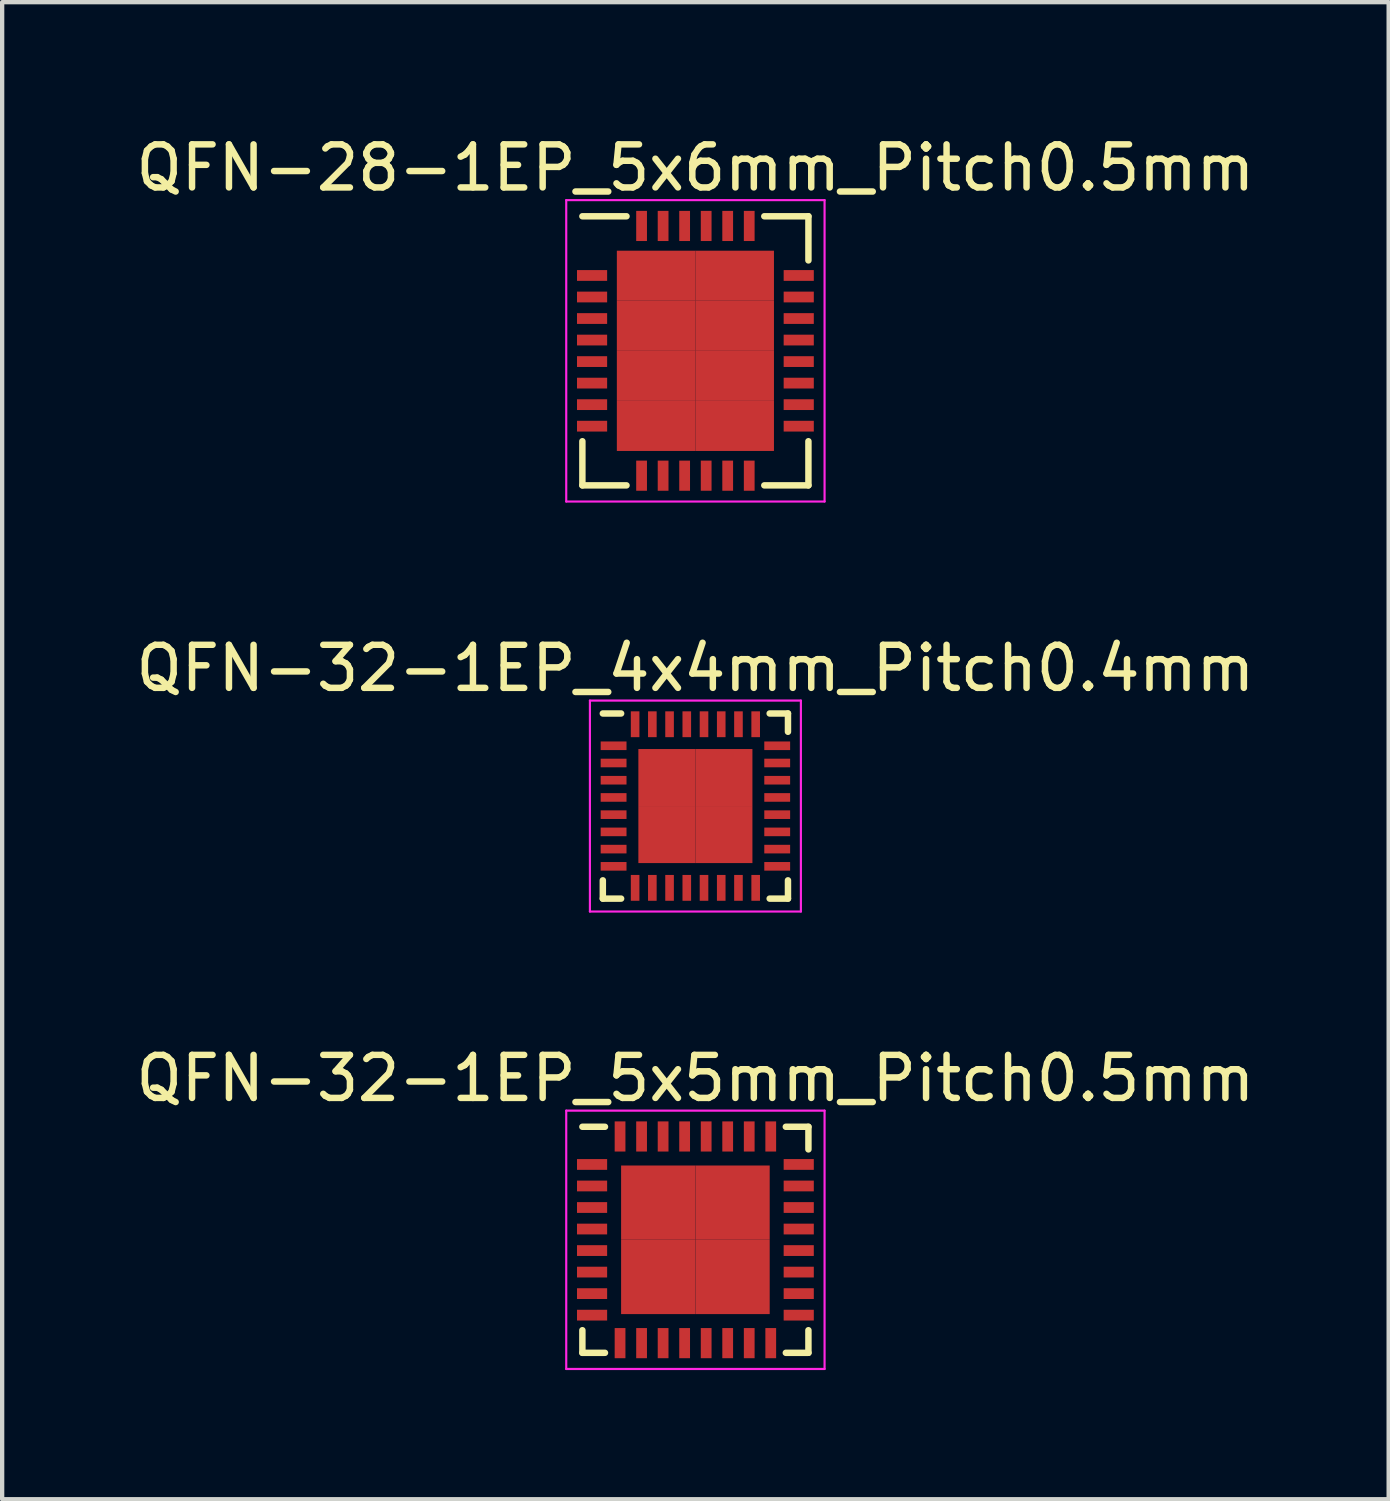
<source format=kicad_pcb>
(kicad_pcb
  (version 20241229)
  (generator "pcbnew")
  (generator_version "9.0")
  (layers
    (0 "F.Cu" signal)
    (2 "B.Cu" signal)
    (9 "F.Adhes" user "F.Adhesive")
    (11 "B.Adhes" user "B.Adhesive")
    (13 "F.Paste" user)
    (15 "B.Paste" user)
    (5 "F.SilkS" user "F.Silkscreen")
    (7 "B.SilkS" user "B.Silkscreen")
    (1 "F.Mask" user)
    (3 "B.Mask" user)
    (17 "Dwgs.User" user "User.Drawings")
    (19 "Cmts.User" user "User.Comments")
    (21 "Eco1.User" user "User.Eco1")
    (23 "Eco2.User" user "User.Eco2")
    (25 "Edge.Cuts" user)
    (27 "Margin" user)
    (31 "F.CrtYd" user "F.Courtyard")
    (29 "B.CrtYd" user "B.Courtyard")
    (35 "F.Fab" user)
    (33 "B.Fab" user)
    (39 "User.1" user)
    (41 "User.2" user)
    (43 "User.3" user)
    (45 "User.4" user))
  (footprint "QFN-32-1EP_4x4mm_Pitch0.4mm"
    (layer "F.Cu")
    (at 13.101 15.671)
    (property "Reference" "QFN-32-1EP_4x4mm_Pitch0.4mm" (at 0 -3.2 0) (layer "F.SilkS") (effects (font (size 1 1) (thickness 0.15))))
    (attr smd)
    (fp_line (start -2.15 -2.15) (end -1.725 -2.15) (stroke (width 0.15) (type solid)) (layer "F.SilkS"))
    (fp_line (start -2.15 2.15) (end -2.15 1.725) (stroke (width 0.15) (type solid)) (layer "F.SilkS"))
    (fp_line (start -2.15 2.15) (end -1.725 2.15) (stroke (width 0.15) (type solid)) (layer "F.SilkS"))
    (fp_line (start 2.15 -2.15) (end 1.725 -2.15) (stroke (width 0.15) (type solid)) (layer "F.SilkS"))
    (fp_line (start 2.15 -2.15) (end 2.15 -1.725) (stroke (width 0.15) (type solid)) (layer "F.SilkS"))
    (fp_line (start 2.15 2.15) (end 1.725 2.15) (stroke (width 0.15) (type solid)) (layer "F.SilkS"))
    (fp_line (start 2.15 2.15) (end 2.15 1.725) (stroke (width 0.15) (type solid)) (layer "F.SilkS"))
    (fp_line (start -2.45 -2.45) (end -2.45 2.45) (stroke (width 0.05) (type solid)) (layer "F.CrtYd"))
    (fp_line (start -2.45 -2.45) (end 2.45 -2.45) (stroke (width 0.05) (type solid)) (layer "F.CrtYd"))
    (fp_line (start -2.45 2.45) (end 2.45 2.45) (stroke (width 0.05) (type solid)) (layer "F.CrtYd"))
    (fp_line (start 2.45 -2.45) (end 2.45 2.45) (stroke (width 0.05) (type solid)) (layer "F.CrtYd"))
    (pad "1" smd rect (at -1.9 -1.4) (size 0.6 0.2) (layers "F.Cu" "F.Mask" "F.Paste"))
    (pad "2" smd rect (at -1.9 -1) (size 0.6 0.2) (layers "F.Cu" "F.Mask" "F.Paste"))
    (pad "3" smd rect (at -1.9 -0.6) (size 0.6 0.2) (layers "F.Cu" "F.Mask" "F.Paste"))
    (pad "4" smd rect (at -1.9 -0.2) (size 0.6 0.2) (layers "F.Cu" "F.Mask" "F.Paste"))
    (pad "5" smd rect (at -1.9 0.2) (size 0.6 0.2) (layers "F.Cu" "F.Mask" "F.Paste"))
    (pad "6" smd rect (at -1.9 0.6) (size 0.6 0.2) (layers "F.Cu" "F.Mask" "F.Paste"))
    (pad "7" smd rect (at -1.9 1) (size 0.6 0.2) (layers "F.Cu" "F.Mask" "F.Paste"))
    (pad "8" smd rect (at -1.9 1.4) (size 0.6 0.2) (layers "F.Cu" "F.Mask" "F.Paste"))
    (pad "9" smd rect (at -1.4 1.9 90) (size 0.6 0.2) (layers "F.Cu" "F.Mask" "F.Paste"))
    (pad "10" smd rect (at -1 1.9 90) (size 0.6 0.2) (layers "F.Cu" "F.Mask" "F.Paste"))
    (pad "11" smd rect (at -0.6 1.9 90) (size 0.6 0.2) (layers "F.Cu" "F.Mask" "F.Paste"))
    (pad "12" smd rect (at -0.2 1.9 90) (size 0.6 0.2) (layers "F.Cu" "F.Mask" "F.Paste"))
    (pad "13" smd rect (at 0.2 1.9 90) (size 0.6 0.2) (layers "F.Cu" "F.Mask" "F.Paste"))
    (pad "14" smd rect (at 0.6 1.9 90) (size 0.6 0.2) (layers "F.Cu" "F.Mask" "F.Paste"))
    (pad "15" smd rect (at 1 1.9 90) (size 0.6 0.2) (layers "F.Cu" "F.Mask" "F.Paste"))
    (pad "16" smd rect (at 1.4 1.9 90) (size 0.6 0.2) (layers "F.Cu" "F.Mask" "F.Paste"))
    (pad "17" smd rect (at 1.9 1.4) (size 0.6 0.2) (layers "F.Cu" "F.Mask" "F.Paste"))
    (pad "18" smd rect (at 1.9 1) (size 0.6 0.2) (layers "F.Cu" "F.Mask" "F.Paste"))
    (pad "19" smd rect (at 1.9 0.6) (size 0.6 0.2) (layers "F.Cu" "F.Mask" "F.Paste"))
    (pad "20" smd rect (at 1.9 0.2) (size 0.6 0.2) (layers "F.Cu" "F.Mask" "F.Paste"))
    (pad "21" smd rect (at 1.9 -0.2) (size 0.6 0.2) (layers "F.Cu" "F.Mask" "F.Paste"))
    (pad "22" smd rect (at 1.9 -0.6) (size 0.6 0.2) (layers "F.Cu" "F.Mask" "F.Paste"))
    (pad "23" smd rect (at 1.9 -1) (size 0.6 0.2) (layers "F.Cu" "F.Mask" "F.Paste"))
    (pad "24" smd rect (at 1.9 -1.4) (size 0.6 0.2) (layers "F.Cu" "F.Mask" "F.Paste"))
    (pad "25" smd rect (at 1.4 -1.9 90) (size 0.6 0.2) (layers "F.Cu" "F.Mask" "F.Paste"))
    (pad "26" smd rect (at 1 -1.9 90) (size 0.6 0.2) (layers "F.Cu" "F.Mask" "F.Paste"))
    (pad "27" smd rect (at 0.6 -1.9 90) (size 0.6 0.2) (layers "F.Cu" "F.Mask" "F.Paste"))
    (pad "28" smd rect (at 0.2 -1.9 90) (size 0.6 0.2) (layers "F.Cu" "F.Mask" "F.Paste"))
    (pad "29" smd rect (at -0.2 -1.9 90) (size 0.6 0.2) (layers "F.Cu" "F.Mask" "F.Paste"))
    (pad "30" smd rect (at -0.6 -1.9 90) (size 0.6 0.2) (layers "F.Cu" "F.Mask" "F.Paste"))
    (pad "31" smd rect (at -1 -1.9 90) (size 0.6 0.2) (layers "F.Cu" "F.Mask" "F.Paste"))
    (pad "32" smd rect (at -1.4 -1.9 90) (size 0.6 0.2) (layers "F.Cu" "F.Mask" "F.Paste"))
    (pad "33" smd rect (at -0.662 -0.662) (size 1.325 1.325) (layers "F.Cu" "F.Mask" "F.Paste"))
    (pad "33" smd rect (at -0.662 0.662) (size 1.325 1.325) (layers "F.Cu" "F.Mask" "F.Paste"))
    (pad "33" smd rect (at 0.662 -0.662) (size 1.325 1.325) (layers "F.Cu" "F.Mask" "F.Paste"))
    (pad "33" smd rect (at 0.662 0.662) (size 1.325 1.325) (layers "F.Cu" "F.Mask" "F.Paste")))
  (footprint "QFN-32-1EP_5x5mm_Pitch0.5mm"
    (layer "F.Cu")
    (at 13.101 25.745)
    (property "Reference" "QFN-32-1EP_5x5mm_Pitch0.5mm" (at 0 -3.75 0) (layer "F.SilkS") (effects (font (size 1 1) (thickness 0.15))))
    (attr smd)
    (fp_line (start -2.625 -2.625) (end -2.1 -2.625) (stroke (width 0.15) (type solid)) (layer "F.SilkS"))
    (fp_line (start -2.625 2.625) (end -2.625 2.1) (stroke (width 0.15) (type solid)) (layer "F.SilkS"))
    (fp_line (start -2.625 2.625) (end -2.1 2.625) (stroke (width 0.15) (type solid)) (layer "F.SilkS"))
    (fp_line (start 2.625 -2.625) (end 2.1 -2.625) (stroke (width 0.15) (type solid)) (layer "F.SilkS"))
    (fp_line (start 2.625 -2.625) (end 2.625 -2.1) (stroke (width 0.15) (type solid)) (layer "F.SilkS"))
    (fp_line (start 2.625 2.625) (end 2.1 2.625) (stroke (width 0.15) (type solid)) (layer "F.SilkS"))
    (fp_line (start 2.625 2.625) (end 2.625 2.1) (stroke (width 0.15) (type solid)) (layer "F.SilkS"))
    (fp_line (start -3 -3) (end -3 3) (stroke (width 0.05) (type solid)) (layer "F.CrtYd"))
    (fp_line (start -3 -3) (end 3 -3) (stroke (width 0.05) (type solid)) (layer "F.CrtYd"))
    (fp_line (start -3 3) (end 3 3) (stroke (width 0.05) (type solid)) (layer "F.CrtYd"))
    (fp_line (start 3 -3) (end 3 3) (stroke (width 0.05) (type solid)) (layer "F.CrtYd"))
    (pad "1" smd rect (at -2.4 -1.75) (size 0.7 0.25) (layers "F.Cu" "F.Mask" "F.Paste"))
    (pad "2" smd rect (at -2.4 -1.25) (size 0.7 0.25) (layers "F.Cu" "F.Mask" "F.Paste"))
    (pad "3" smd rect (at -2.4 -0.75) (size 0.7 0.25) (layers "F.Cu" "F.Mask" "F.Paste"))
    (pad "4" smd rect (at -2.4 -0.25) (size 0.7 0.25) (layers "F.Cu" "F.Mask" "F.Paste"))
    (pad "5" smd rect (at -2.4 0.25) (size 0.7 0.25) (layers "F.Cu" "F.Mask" "F.Paste"))
    (pad "6" smd rect (at -2.4 0.75) (size 0.7 0.25) (layers "F.Cu" "F.Mask" "F.Paste"))
    (pad "7" smd rect (at -2.4 1.25) (size 0.7 0.25) (layers "F.Cu" "F.Mask" "F.Paste"))
    (pad "8" smd rect (at -2.4 1.75) (size 0.7 0.25) (layers "F.Cu" "F.Mask" "F.Paste"))
    (pad "9" smd rect (at -1.75 2.4 90) (size 0.7 0.25) (layers "F.Cu" "F.Mask" "F.Paste"))
    (pad "10" smd rect (at -1.25 2.4 90) (size 0.7 0.25) (layers "F.Cu" "F.Mask" "F.Paste"))
    (pad "11" smd rect (at -0.75 2.4 90) (size 0.7 0.25) (layers "F.Cu" "F.Mask" "F.Paste"))
    (pad "12" smd rect (at -0.25 2.4 90) (size 0.7 0.25) (layers "F.Cu" "F.Mask" "F.Paste"))
    (pad "13" smd rect (at 0.25 2.4 90) (size 0.7 0.25) (layers "F.Cu" "F.Mask" "F.Paste"))
    (pad "14" smd rect (at 0.75 2.4 90) (size 0.7 0.25) (layers "F.Cu" "F.Mask" "F.Paste"))
    (pad "15" smd rect (at 1.25 2.4 90) (size 0.7 0.25) (layers "F.Cu" "F.Mask" "F.Paste"))
    (pad "16" smd rect (at 1.75 2.4 90) (size 0.7 0.25) (layers "F.Cu" "F.Mask" "F.Paste"))
    (pad "17" smd rect (at 2.4 1.75) (size 0.7 0.25) (layers "F.Cu" "F.Mask" "F.Paste"))
    (pad "18" smd rect (at 2.4 1.25) (size 0.7 0.25) (layers "F.Cu" "F.Mask" "F.Paste"))
    (pad "19" smd rect (at 2.4 0.75) (size 0.7 0.25) (layers "F.Cu" "F.Mask" "F.Paste"))
    (pad "20" smd rect (at 2.4 0.25) (size 0.7 0.25) (layers "F.Cu" "F.Mask" "F.Paste"))
    (pad "21" smd rect (at 2.4 -0.25) (size 0.7 0.25) (layers "F.Cu" "F.Mask" "F.Paste"))
    (pad "22" smd rect (at 2.4 -0.75) (size 0.7 0.25) (layers "F.Cu" "F.Mask" "F.Paste"))
    (pad "23" smd rect (at 2.4 -1.25) (size 0.7 0.25) (layers "F.Cu" "F.Mask" "F.Paste"))
    (pad "24" smd rect (at 2.4 -1.75) (size 0.7 0.25) (layers "F.Cu" "F.Mask" "F.Paste"))
    (pad "25" smd rect (at 1.75 -2.4 90) (size 0.7 0.25) (layers "F.Cu" "F.Mask" "F.Paste"))
    (pad "26" smd rect (at 1.25 -2.4 90) (size 0.7 0.25) (layers "F.Cu" "F.Mask" "F.Paste"))
    (pad "27" smd rect (at 0.75 -2.4 90) (size 0.7 0.25) (layers "F.Cu" "F.Mask" "F.Paste"))
    (pad "28" smd rect (at 0.25 -2.4 90) (size 0.7 0.25) (layers "F.Cu" "F.Mask" "F.Paste"))
    (pad "29" smd rect (at -0.25 -2.4 90) (size 0.7 0.25) (layers "F.Cu" "F.Mask" "F.Paste"))
    (pad "30" smd rect (at -0.75 -2.4 90) (size 0.7 0.25) (layers "F.Cu" "F.Mask" "F.Paste"))
    (pad "31" smd rect (at -1.25 -2.4 90) (size 0.7 0.25) (layers "F.Cu" "F.Mask" "F.Paste"))
    (pad "32" smd rect (at -1.75 -2.4 90) (size 0.7 0.25) (layers "F.Cu" "F.Mask" "F.Paste"))
    (pad "33" smd rect (at -0.863 -0.863) (size 1.725 1.725) (layers "F.Cu" "F.Mask" "F.Paste"))
    (pad "33" smd rect (at -0.863 0.863) (size 1.725 1.725) (layers "F.Cu" "F.Mask" "F.Paste"))
    (pad "33" smd rect (at 0.863 -0.863) (size 1.725 1.725) (layers "F.Cu" "F.Mask" "F.Paste"))
    (pad "33" smd rect (at 0.863 0.863) (size 1.725 1.725) (layers "F.Cu" "F.Mask" "F.Paste")))
  (footprint "QFN-28-1EP_5x6mm_Pitch0.5mm"
    (layer "F.Cu")
    (at 13.101 5.098)
    (property "Reference" "QFN-28-1EP_5x6mm_Pitch0.5mm" (at 0 -4.25 0) (layer "F.SilkS") (effects (font (size 1 1) (thickness 0.15))))
    (attr smd)
    (fp_line (start -2.625 -3.125) (end -1.6 -3.125) (stroke (width 0.15) (type solid)) (layer "F.SilkS"))
    (fp_line (start -2.625 3.125) (end -2.625 2.1) (stroke (width 0.15) (type solid)) (layer "F.SilkS"))
    (fp_line (start -2.625 3.125) (end -1.6 3.125) (stroke (width 0.15) (type solid)) (layer "F.SilkS"))
    (fp_line (start 2.625 -3.125) (end 1.6 -3.125) (stroke (width 0.15) (type solid)) (layer "F.SilkS"))
    (fp_line (start 2.625 -3.125) (end 2.625 -2.1) (stroke (width 0.15) (type solid)) (layer "F.SilkS"))
    (fp_line (start 2.625 3.125) (end 1.6 3.125) (stroke (width 0.15) (type solid)) (layer "F.SilkS"))
    (fp_line (start 2.625 3.125) (end 2.625 2.1) (stroke (width 0.15) (type solid)) (layer "F.SilkS"))
    (fp_line (start -3 -3.5) (end -3 3.5) (stroke (width 0.05) (type solid)) (layer "F.CrtYd"))
    (fp_line (start -3 -3.5) (end 3 -3.5) (stroke (width 0.05) (type solid)) (layer "F.CrtYd"))
    (fp_line (start -3 3.5) (end 3 3.5) (stroke (width 0.05) (type solid)) (layer "F.CrtYd"))
    (fp_line (start 3 -3.5) (end 3 3.5) (stroke (width 0.05) (type solid)) (layer "F.CrtYd"))
    (pad "1" smd rect (at -2.4 -1.75) (size 0.7 0.25) (layers "F.Cu" "F.Mask" "F.Paste"))
    (pad "2" smd rect (at -2.4 -1.25) (size 0.7 0.25) (layers "F.Cu" "F.Mask" "F.Paste"))
    (pad "3" smd rect (at -2.4 -0.75) (size 0.7 0.25) (layers "F.Cu" "F.Mask" "F.Paste"))
    (pad "4" smd rect (at -2.4 -0.25) (size 0.7 0.25) (layers "F.Cu" "F.Mask" "F.Paste"))
    (pad "5" smd rect (at -2.4 0.25) (size 0.7 0.25) (layers "F.Cu" "F.Mask" "F.Paste"))
    (pad "6" smd rect (at -2.4 0.75) (size 0.7 0.25) (layers "F.Cu" "F.Mask" "F.Paste"))
    (pad "7" smd rect (at -2.4 1.25) (size 0.7 0.25) (layers "F.Cu" "F.Mask" "F.Paste"))
    (pad "8" smd rect (at -2.4 1.75) (size 0.7 0.25) (layers "F.Cu" "F.Mask" "F.Paste"))
    (pad "9" smd rect (at -1.25 2.9 90) (size 0.7 0.25) (layers "F.Cu" "F.Mask" "F.Paste"))
    (pad "10" smd rect (at -0.75 2.9 90) (size 0.7 0.25) (layers "F.Cu" "F.Mask" "F.Paste"))
    (pad "11" smd rect (at -0.25 2.9 90) (size 0.7 0.25) (layers "F.Cu" "F.Mask" "F.Paste"))
    (pad "12" smd rect (at 0.25 2.9 90) (size 0.7 0.25) (layers "F.Cu" "F.Mask" "F.Paste"))
    (pad "13" smd rect (at 0.75 2.9 90) (size 0.7 0.25) (layers "F.Cu" "F.Mask" "F.Paste"))
    (pad "14" smd rect (at 1.25 2.9 90) (size 0.7 0.25) (layers "F.Cu" "F.Mask" "F.Paste"))
    (pad "15" smd rect (at 2.4 1.75) (size 0.7 0.25) (layers "F.Cu" "F.Mask" "F.Paste"))
    (pad "16" smd rect (at 2.4 1.25) (size 0.7 0.25) (layers "F.Cu" "F.Mask" "F.Paste"))
    (pad "17" smd rect (at 2.4 0.75) (size 0.7 0.25) (layers "F.Cu" "F.Mask" "F.Paste"))
    (pad "18" smd rect (at 2.4 0.25) (size 0.7 0.25) (layers "F.Cu" "F.Mask" "F.Paste"))
    (pad "19" smd rect (at 2.4 -0.25) (size 0.7 0.25) (layers "F.Cu" "F.Mask" "F.Paste"))
    (pad "20" smd rect (at 2.4 -0.75) (size 0.7 0.25) (layers "F.Cu" "F.Mask" "F.Paste"))
    (pad "21" smd rect (at 2.4 -1.25) (size 0.7 0.25) (layers "F.Cu" "F.Mask" "F.Paste"))
    (pad "22" smd rect (at 2.4 -1.75) (size 0.7 0.25) (layers "F.Cu" "F.Mask" "F.Paste"))
    (pad "23" smd rect (at 1.25 -2.9 90) (size 0.7 0.25) (layers "F.Cu" "F.Mask" "F.Paste"))
    (pad "24" smd rect (at 0.75 -2.9 90) (size 0.7 0.25) (layers "F.Cu" "F.Mask" "F.Paste"))
    (pad "25" smd rect (at 0.25 -2.9 90) (size 0.7 0.25) (layers "F.Cu" "F.Mask" "F.Paste"))
    (pad "26" smd rect (at -0.25 -2.9 90) (size 0.7 0.25) (layers "F.Cu" "F.Mask" "F.Paste"))
    (pad "27" smd rect (at -0.75 -2.9 90) (size 0.7 0.25) (layers "F.Cu" "F.Mask" "F.Paste"))
    (pad "28" smd rect (at -1.25 -2.9 90) (size 0.7 0.25) (layers "F.Cu" "F.Mask" "F.Paste"))
    (pad "29" smd rect (at -0.912 -1.744) (size 1.825 1.163) (layers "F.Cu" "F.Mask" "F.Paste"))
    (pad "29" smd rect (at -0.912 -0.581) (size 1.825 1.163) (layers "F.Cu" "F.Mask" "F.Paste"))
    (pad "29" smd rect (at -0.912 0.581) (size 1.825 1.163) (layers "F.Cu" "F.Mask" "F.Paste"))
    (pad "29" smd rect (at -0.912 1.744) (size 1.825 1.163) (layers "F.Cu" "F.Mask" "F.Paste"))
    (pad "29" smd rect (at 0.912 -1.744) (size 1.825 1.163) (layers "F.Cu" "F.Mask" "F.Paste"))
    (pad "29" smd rect (at 0.912 -0.581) (size 1.825 1.163) (layers "F.Cu" "F.Mask" "F.Paste"))
    (pad "29" smd rect (at 0.912 0.581) (size 1.825 1.163) (layers "F.Cu" "F.Mask" "F.Paste"))
    (pad "29" smd rect (at 0.912 1.744) (size 1.825 1.163) (layers "F.Cu" "F.Mask" "F.Paste")))
  (gr_rect
    (start -3 -3)
    (end 29.202 31.77)
    (stroke (width 0.1) (type default))
    (fill no)
    (layer "Edge.Cuts")))
</source>
